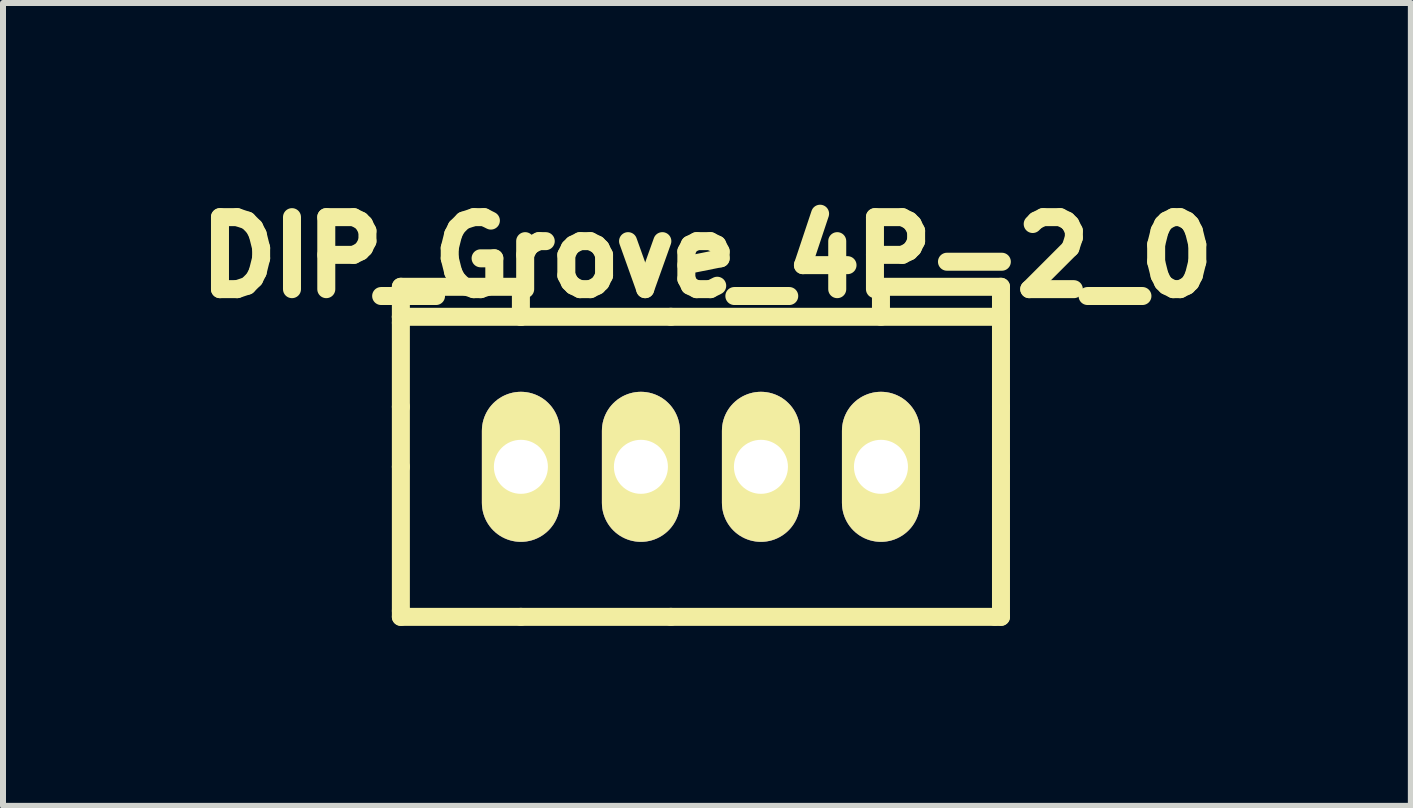
<source format=kicad_pcb>
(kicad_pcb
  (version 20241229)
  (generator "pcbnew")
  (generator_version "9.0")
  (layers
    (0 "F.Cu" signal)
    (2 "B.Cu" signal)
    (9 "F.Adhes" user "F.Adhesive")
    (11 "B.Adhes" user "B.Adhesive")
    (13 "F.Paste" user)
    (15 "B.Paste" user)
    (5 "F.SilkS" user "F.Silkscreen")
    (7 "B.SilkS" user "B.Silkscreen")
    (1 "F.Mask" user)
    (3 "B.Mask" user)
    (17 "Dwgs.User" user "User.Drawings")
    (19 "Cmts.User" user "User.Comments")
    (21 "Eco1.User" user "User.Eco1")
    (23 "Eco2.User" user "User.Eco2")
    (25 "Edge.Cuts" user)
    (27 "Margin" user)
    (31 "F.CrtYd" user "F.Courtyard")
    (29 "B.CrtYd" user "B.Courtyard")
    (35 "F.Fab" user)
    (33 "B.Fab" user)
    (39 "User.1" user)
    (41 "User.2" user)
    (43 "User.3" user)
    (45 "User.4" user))
  (footprint "DIP_Grove_4P-2_0"
    (layer "F.Cu")
    (at 5.63 4.729)
    (property "Reference" "DIP_Grove_4P-2_0" (at 3.1 -3.5 0) (layer "F.SilkS") (effects (font (size 1.2 1.2) (thickness 0.3))))
    (attr through_hole)
    (fp_line (start -2 -3) (end 0 -3) (stroke (width 0.3) (type solid)) (layer "F.SilkS"))
    (fp_line (start -2 -2.5) (end -2 -3) (stroke (width 0.3) (type solid)) (layer "F.SilkS"))
    (fp_line (start -2 -2.5) (end -2 -2.4) (stroke (width 0.3) (type solid)) (layer "F.SilkS"))
    (fp_line (start -2 -1) (end -2 -2.4) (stroke (width 0.3) (type solid)) (layer "F.SilkS"))
    (fp_line (start -2 0) (end -2 -1) (stroke (width 0.3) (type solid)) (layer "F.SilkS"))
    (fp_line (start -2 0) (end -2 2.4) (stroke (width 0.3) (type solid)) (layer "F.SilkS"))
    (fp_line (start -2 2.4) (end -2 2.5) (stroke (width 0.3) (type solid)) (layer "F.SilkS"))
    (fp_line (start -2 2.5) (end 0 2.5) (stroke (width 0.3) (type solid)) (layer "F.SilkS"))
    (fp_line (start 0 -3) (end 0 -2.5) (stroke (width 0.3) (type solid)) (layer "F.SilkS"))
    (fp_line (start 0 -2.5) (end -2 -2.5) (stroke (width 0.3) (type solid)) (layer "F.SilkS"))
    (fp_line (start 0 -2.5) (end 2.5 -2.5) (stroke (width 0.3) (type solid)) (layer "F.SilkS"))
    (fp_line (start 0 2.5) (end 2.5 2.5) (stroke (width 0.3) (type solid)) (layer "F.SilkS"))
    (fp_line (start 2.5 -2.5) (end 8 -2.5) (stroke (width 0.3) (type solid)) (layer "F.SilkS"))
    (fp_line (start 2.5 2.5) (end 7.9 2.5) (stroke (width 0.3) (type solid)) (layer "F.SilkS"))
    (fp_line (start 6 -3) (end 6 -2.5) (stroke (width 0.3) (type solid)) (layer "F.SilkS"))
    (fp_line (start 7.9 2.5) (end 8 2.5) (stroke (width 0.3) (type solid)) (layer "F.SilkS"))
    (fp_line (start 8 -3) (end 6 -3) (stroke (width 0.3) (type solid)) (layer "F.SilkS"))
    (fp_line (start 8 -2.5) (end 8 -3) (stroke (width 0.3) (type solid)) (layer "F.SilkS"))
    (fp_line (start 8 -2.5) (end 8 -1) (stroke (width 0.3) (type solid)) (layer "F.SilkS"))
    (fp_line (start 8 0) (end 8 -1) (stroke (width 0.3) (type solid)) (layer "F.SilkS"))
    (fp_line (start 8 2.5) (end 8 0) (stroke (width 0.3) (type solid)) (layer "F.SilkS"))
    (pad "1" thru_hole oval (at 0 0) (size 1.3 2.5) (drill 0.9) (layers "*.Cu" "*.Mask" "F.SilkS"))
    (pad "2" thru_hole oval (at 2 0) (size 1.3 2.5) (drill 0.9) (layers "*.Cu" "*.Mask" "F.SilkS"))
    (pad "3" thru_hole oval (at 4 0) (size 1.3 2.5) (drill 0.9) (layers "*.Cu" "*.Mask" "F.SilkS"))
    (pad "4" thru_hole oval (at 6 0) (size 1.3 2.5) (drill 0.9) (layers "*.Cu" "*.Mask" "F.SilkS")))
  (gr_rect
    (start -3 -3)
    (end 20.46 10.379)
    (stroke (width 0.1) (type default))
    (fill no)
    (layer "Edge.Cuts")))
</source>
